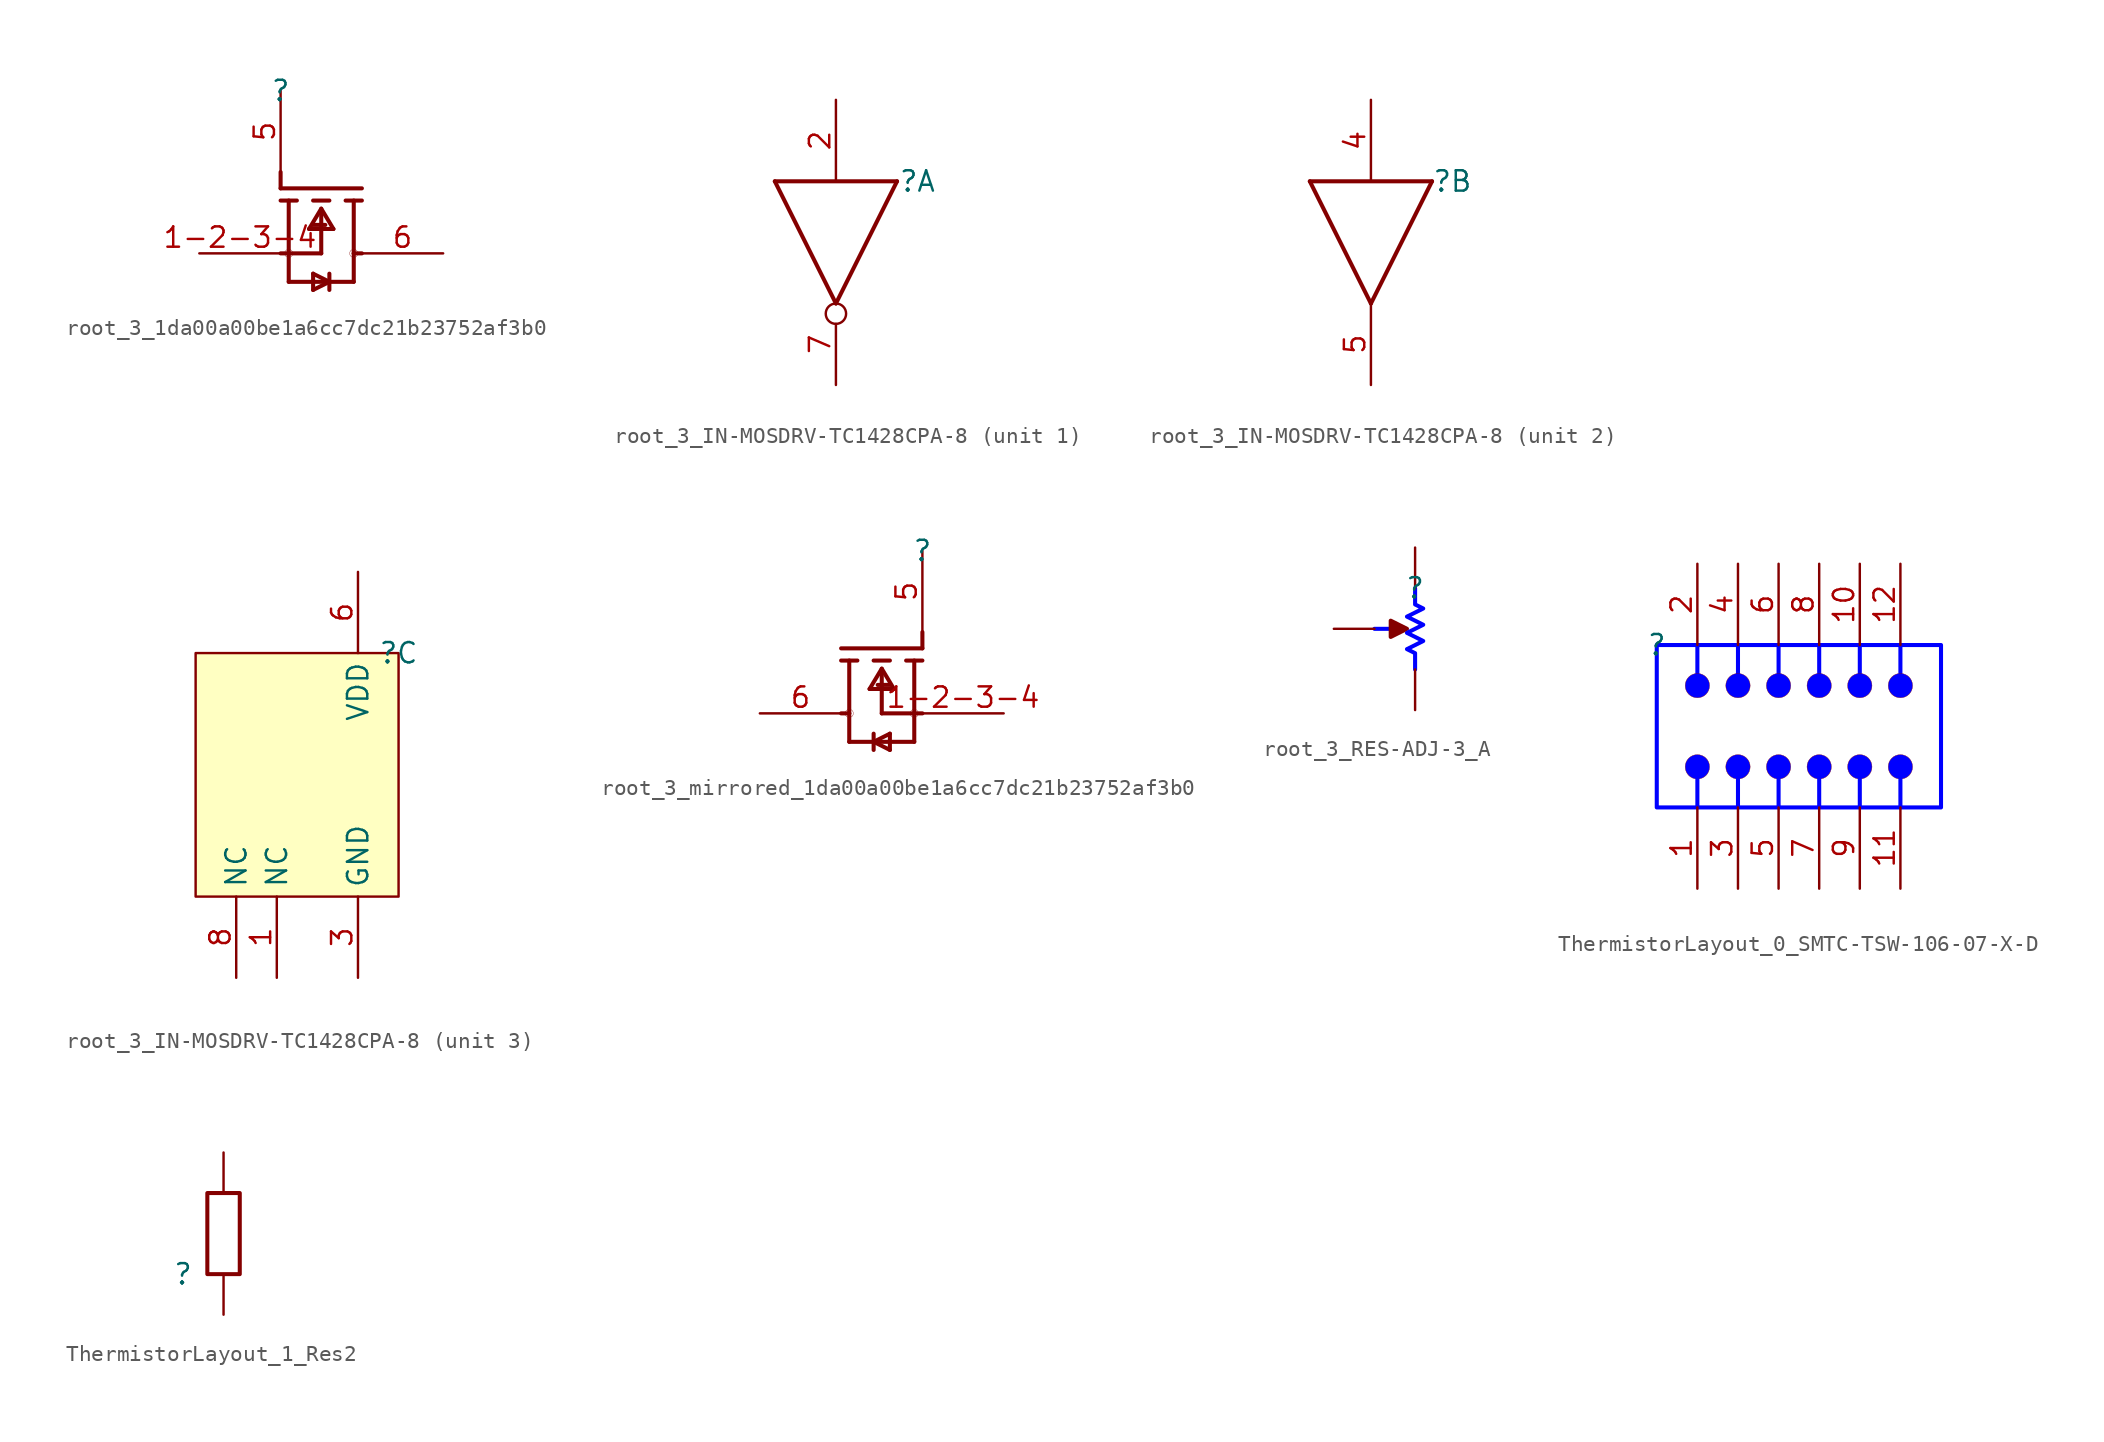
<source format=kicad_sym>
(kicad_symbol_lib
  (version 20220914)
  (generator kicad_symbol_editor)
  (symbol "root_3_1da00a00be1a6cc7dc21b23752af3b0"
    (property "Reference" ""
      (at 0 0 0)
      (effects (font (size 1.27 1.27))))
    (property "Value" ""
      (at 0 0 0)
      (effects (font (size 1.27 1.27))))
    (symbol "root_3_1da00a00be1a6cc7dc21b23752af3b0_1_0"
      (polyline (pts (xy 0 -6.096) (xy 0 -5.08)) (stroke (width 0.254) (type solid)) (fill (type none)))
      (polyline (pts (xy 0 -6.096) (xy 5.08 -6.096)) (stroke (width 0.254) (type solid)) (fill (type none)))
      (polyline (pts (xy 0.508 -11.938) (xy 4.572 -11.938)) (stroke (width 0.254) (type solid)) (fill (type none)))
      (polyline (pts (xy 0.508 -10.16) (xy 0.508 -11.938)) (stroke (width 0.254) (type solid)) (fill (type none)))
      (polyline (pts (xy 0.508 -6.858) (xy 0.508 -10.16)) (stroke (width 0.254) (type solid)) (fill (type none)))
      (polyline (pts (xy 1.016 -6.858) (xy 0 -6.858)) (stroke (width 0.254) (type solid)) (fill (type none)))
      (polyline (pts (xy 2.032 -12.446) (xy 3.048 -11.938)) (stroke (width 0.254) (type solid)) (fill (type none)))
      (polyline (pts (xy 2.032 -11.43) (xy 2.032 -12.446)) (stroke (width 0.254) (type solid)) (fill (type none)))
      (polyline (pts (xy 2.54 -10.16) (xy 0 -10.16)) (stroke (width 0.254) (type solid)) (fill (type none)))
      (polyline (pts (xy 2.54 -7.62) (xy 2.54 -10.16)) (stroke (width 0.254) (type solid)) (fill (type none)))
      (polyline (pts (xy 2.54 -7.366) (xy 1.778 -8.636)) (stroke (width 0.254) (type solid)) (fill (type none)))
      (polyline (pts (xy 2.54 -7.366) (xy 3.302 -8.636)) (stroke (width 0.254) (type solid)) (fill (type none)))
      (polyline (pts (xy 2.794 -8.382) (xy 2.032 -8.382)) (stroke (width 0.254) (type solid)) (fill (type none)))
      (polyline (pts (xy 3.048 -11.938) (xy 2.032 -11.43)) (stroke (width 0.254) (type solid)) (fill (type none)))
      (polyline (pts (xy 3.048 -11.938) (xy 3.048 -12.446)) (stroke (width 0.254) (type solid)) (fill (type none)))
      (polyline (pts (xy 3.048 -11.938) (xy 3.048 -11.43)) (stroke (width 0.254) (type solid)) (fill (type none)))
      (polyline (pts (xy 3.048 -6.858) (xy 2.032 -6.858)) (stroke (width 0.254) (type solid)) (fill (type none)))
      (polyline (pts (xy 3.302 -8.636) (xy 1.778 -8.636)) (stroke (width 0.254) (type solid)) (fill (type none)))
      (polyline (pts (xy 4.064 -6.858) (xy 5.08 -6.858)) (stroke (width 0.254) (type solid)) (fill (type none)))
      (polyline (pts (xy 4.572 -11.938) (xy 4.572 -10.16)) (stroke (width 0.254) (type solid)) (fill (type none)))
      (polyline (pts (xy 4.572 -10.16) (xy 5.08 -10.16)) (stroke (width 0.254) (type solid)) (fill (type none)))
      (polyline (pts (xy 4.572 -6.858) (xy 4.572 -10.16)) (stroke (width 0.254) (type solid)) (fill (type none)))
      (circle (center 0.508 -10.16) (radius 0.254) (stroke (width 0.0001) (type solid)) (fill (type none)))
      (circle (center 4.572 -10.16) (radius 0.254) (stroke (width 0.0001) (type solid)) (fill (type none)))
      (pin passive line (at -5.08 -10.16 0) (length 5.08) (name "S" (effects (font (size 0 0)))) (number "1-2-3-4" (effects (font (size 1.27 1.27)))))
      (pin passive line (at 0 0 270) (length 5.08) (name "G" (effects (font (size 0 0)))) (number "5" (effects (font (size 1.27 1.27)))))
      (pin passive line (at 10.16 -10.16 180) (length 5.08) (name "D" (effects (font (size 0 0)))) (number "6" (effects (font (size 1.27 1.27)))))))
  (symbol "root_3_IN-MOSDRV-TC1428CPA-8"
    (property "Reference" ""
      (at 0 0 0)
      (effects (font (size 1.27 1.27))))
    (property "Value" ""
      (at 0 0 0)
      (effects (font (size 1.27 1.27))))
    (symbol "root_3_IN-MOSDRV-TC1428CPA-8_1_0"
      (polyline (pts (xy -8.89 0) (xy -5.08 -7.62)) (stroke (width 0.254) (type solid)) (fill (type none)))
      (polyline (pts (xy -8.89 0) (xy -1.27 0)) (stroke (width 0.254) (type solid)) (fill (type none)))
      (polyline (pts (xy -1.27 0) (xy -5.08 -7.62)) (stroke (width 0.254) (type solid)) (fill (type none)))
      (pin input line (at -5.08 5.08 270) (length 5.08) (name "INA" (effects (font (size 0 0)))) (number "2" (effects (font (size 1.27 1.27)))))
      (pin output inverted (at -5.08 -12.7 90) (length 5.08) (name "~{OUTA}" (effects (font (size 0 0)))) (number "7" (effects (font (size 1.27 1.27))))))
    (symbol "root_3_IN-MOSDRV-TC1428CPA-8_2_0"
      (polyline (pts (xy -8.89 0) (xy -5.08 -7.62)) (stroke (width 0.254) (type solid)) (fill (type none)))
      (polyline (pts (xy -8.89 0) (xy -1.27 0)) (stroke (width 0.254) (type solid)) (fill (type none)))
      (polyline (pts (xy -1.27 0) (xy -5.08 -7.62)) (stroke (width 0.254) (type solid)) (fill (type none)))
      (pin input line (at -5.08 5.08 270) (length 5.08) (name "INB" (effects (font (size 0 0)))) (number "4" (effects (font (size 1.27 1.27)))))
      (pin output line (at -5.08 -12.7 90) (length 5.08) (name "OUTB" (effects (font (size 0 0)))) (number "5" (effects (font (size 1.27 1.27))))))
    (symbol "root_3_IN-MOSDRV-TC1428CPA-8_3_0"
      (rectangle (start 0 0) (end -12.7 -15.24) (stroke (width 0) (type solid)) (fill (type background)))
      (pin passive line (at -7.62 -20.32 90) (length 5.08) (name "NC" (effects (font (size 1.27 1.27)))) (number "1" (effects (font (size 1.27 1.27)))))
      (pin power_in line (at -2.54 -20.32 90) (length 5.08) (name "GND" (effects (font (size 1.27 1.27)))) (number "3" (effects (font (size 1.27 1.27)))))
      (pin power_in line (at -2.54 5.08 270) (length 5.08) (name "VDD" (effects (font (size 1.27 1.27)))) (number "6" (effects (font (size 1.27 1.27)))))
      (pin passive line (at -10.16 -20.32 90) (length 5.08) (name "NC" (effects (font (size 1.27 1.27)))) (number "8" (effects (font (size 1.27 1.27)))))))
  (symbol "root_3_mirrored_1da00a00be1a6cc7dc21b23752af3b0"
    (property "Reference" ""
      (at 0 0 0)
      (effects (font (size 1.27 1.27))))
    (property "Value" ""
      (at 0 0 0)
      (effects (font (size 1.27 1.27))))
    (symbol "root_3_mirrored_1da00a00be1a6cc7dc21b23752af3b0_1_0"
      (circle (center -4.572 -10.16) (radius 0.254) (stroke (width 0.0001) (type solid)) (fill (type none)))
      (circle (center -0.508 -10.16) (radius 0.254) (stroke (width 0.0001) (type solid)) (fill (type none)))
      (polyline (pts (xy -4.572 -11.938) (xy -4.572 -10.16)) (stroke (width 0.254) (type solid)) (fill (type none)))
      (polyline (pts (xy -4.572 -10.16) (xy -5.08 -10.16)) (stroke (width 0.254) (type solid)) (fill (type none)))
      (polyline (pts (xy -4.572 -6.858) (xy -4.572 -10.16)) (stroke (width 0.254) (type solid)) (fill (type none)))
      (polyline (pts (xy -4.064 -6.858) (xy -5.08 -6.858)) (stroke (width 0.254) (type solid)) (fill (type none)))
      (polyline (pts (xy -3.302 -8.636) (xy -1.778 -8.636)) (stroke (width 0.254) (type solid)) (fill (type none)))
      (polyline (pts (xy -3.048 -11.938) (xy -3.048 -12.446)) (stroke (width 0.254) (type solid)) (fill (type none)))
      (polyline (pts (xy -3.048 -11.938) (xy -3.048 -11.43)) (stroke (width 0.254) (type solid)) (fill (type none)))
      (polyline (pts (xy -3.048 -11.938) (xy -2.032 -11.43)) (stroke (width 0.254) (type solid)) (fill (type none)))
      (polyline (pts (xy -3.048 -6.858) (xy -2.032 -6.858)) (stroke (width 0.254) (type solid)) (fill (type none)))
      (polyline (pts (xy -2.794 -8.382) (xy -2.032 -8.382)) (stroke (width 0.254) (type solid)) (fill (type none)))
      (polyline (pts (xy -2.54 -10.16) (xy 0 -10.16)) (stroke (width 0.254) (type solid)) (fill (type none)))
      (polyline (pts (xy -2.54 -7.62) (xy -2.54 -10.16)) (stroke (width 0.254) (type solid)) (fill (type none)))
      (polyline (pts (xy -2.54 -7.366) (xy -3.302 -8.636)) (stroke (width 0.254) (type solid)) (fill (type none)))
      (polyline (pts (xy -2.54 -7.366) (xy -1.778 -8.636)) (stroke (width 0.254) (type solid)) (fill (type none)))
      (polyline (pts (xy -2.032 -12.446) (xy -3.048 -11.938)) (stroke (width 0.254) (type solid)) (fill (type none)))
      (polyline (pts (xy -2.032 -11.43) (xy -2.032 -12.446)) (stroke (width 0.254) (type solid)) (fill (type none)))
      (polyline (pts (xy -1.016 -6.858) (xy 0 -6.858)) (stroke (width 0.254) (type solid)) (fill (type none)))
      (polyline (pts (xy -0.508 -11.938) (xy -4.572 -11.938)) (stroke (width 0.254) (type solid)) (fill (type none)))
      (polyline (pts (xy -0.508 -10.16) (xy -0.508 -11.938)) (stroke (width 0.254) (type solid)) (fill (type none)))
      (polyline (pts (xy -0.508 -6.858) (xy -0.508 -10.16)) (stroke (width 0.254) (type solid)) (fill (type none)))
      (polyline (pts (xy 0 -6.096) (xy -5.08 -6.096)) (stroke (width 0.254) (type solid)) (fill (type none)))
      (polyline (pts (xy 0 -6.096) (xy 0 -5.08)) (stroke (width 0.254) (type solid)) (fill (type none)))
      (pin passive line (at 5.08 -10.16 180) (length 5.08) (name "S" (effects (font (size 0 0)))) (number "1-2-3-4" (effects (font (size 1.27 1.27)))))
      (pin passive line (at 0 0 270) (length 5.08) (name "G" (effects (font (size 0 0)))) (number "5" (effects (font (size 1.27 1.27)))))
      (pin passive line (at -10.16 -10.16 0) (length 5.08) (name "D" (effects (font (size 0 0)))) (number "6" (effects (font (size 1.27 1.27)))))))
  (symbol "root_3_RES-ADJ-3_A"
    (property "Reference" ""
      (at 0 0 0)
      (effects (font (size 1.27 1.27))))
    (property "Value" ""
      (at 0 0 0)
      (effects (font (size 1.27 1.27))))
    (symbol "root_3_RES-ADJ-3_A_1_0"
      (polyline (pts (xy -2.54 -2.54) (xy -1.524 -2.54)) (stroke (width 0.254) (type solid) (color 0 0 255 1)) (fill (type none)))
      (polyline (pts (xy -1.524 -2.032) (xy -0.508 -2.54) (xy -1.524 -3.048) (xy -1.524 -2.032)) (stroke (width 0.254) (type solid)) (fill (type outline)))
      (polyline (pts (xy 0 -5.08) (xy 0 -4.064) (xy -0.508 -3.81) (xy 0.508 -3.302) (xy -0.508 -2.794) (xy 0.508 -2.286) (xy -0.508 -1.778) (xy 0.508 -1.27) (xy 0 -1.016) (xy 0 0)) (stroke (width 0.254) (type solid) (color 0 0 255 1)) (fill (type none)))
      (pin passive line (at 0 2.54 270) (length 2.54) (name "1" (effects (font (size 0 0)))) (number "1" (effects (font (size 0 0)))))
      (pin passive line (at -5.08 -2.54 0) (length 2.54) (name "2" (effects (font (size 0 0)))) (number "2" (effects (font (size 0 0)))))
      (pin passive line (at 0 -7.62 90) (length 2.54) (name "3" (effects (font (size 0 0)))) (number "3" (effects (font (size 0 0)))))))
  (symbol "ThermistorLayout_0_SMTC-TSW-106-07-X-D"
    (property "Reference" ""
      (at 0 0 0)
      (effects (font (size 1.27 1.27))))
    (property "Value" ""
      (at 0 0 0)
      (effects (font (size 1.27 1.27))))
    (symbol "ThermistorLayout_0_SMTC-TSW-106-07-X-D_1_0"
      (polyline (pts (xy 2.54 -10.16) (xy 2.54 -8.382)) (stroke (width 0.254) (type solid) (color 0 0 255 1)) (fill (type none)))
      (polyline (pts (xy 2.54 0) (xy 2.54 -1.778)) (stroke (width 0.254) (type solid) (color 0 0 255 1)) (fill (type none)))
      (polyline (pts (xy 5.08 -10.16) (xy 5.08 -8.382)) (stroke (width 0.254) (type solid) (color 0 0 255 1)) (fill (type none)))
      (polyline (pts (xy 5.08 0) (xy 5.08 -1.778)) (stroke (width 0.254) (type solid) (color 0 0 255 1)) (fill (type none)))
      (polyline (pts (xy 7.62 -10.16) (xy 7.62 -8.382)) (stroke (width 0.254) (type solid) (color 0 0 255 1)) (fill (type none)))
      (polyline (pts (xy 7.62 0) (xy 7.62 -1.778)) (stroke (width 0.254) (type solid) (color 0 0 255 1)) (fill (type none)))
      (polyline (pts (xy 10.16 -10.16) (xy 10.16 -8.382)) (stroke (width 0.254) (type solid) (color 0 0 255 1)) (fill (type none)))
      (polyline (pts (xy 10.16 0) (xy 10.16 -1.778)) (stroke (width 0.254) (type solid) (color 0 0 255 1)) (fill (type none)))
      (polyline (pts (xy 12.7 -10.16) (xy 12.7 -8.382)) (stroke (width 0.254) (type solid) (color 0 0 255 1)) (fill (type none)))
      (polyline (pts (xy 12.7 0) (xy 12.7 -1.778)) (stroke (width 0.254) (type solid) (color 0 0 255 1)) (fill (type none)))
      (polyline (pts (xy 15.24 -10.16) (xy 15.24 -8.382)) (stroke (width 0.254) (type solid) (color 0 0 255 1)) (fill (type none)))
      (polyline (pts (xy 15.24 0) (xy 15.24 -1.778)) (stroke (width 0.254) (type solid) (color 0 0 255 1)) (fill (type none)))
      (polyline (pts (xy 0 -10.16) (xy 0 0) (xy 17.78 0) (xy 17.78 -10.16) (xy 0 -10.16)) (stroke (width 0.254) (type solid) (color 0 0 255 1)) (fill (type none)))
      (circle (center 2.54 -7.62) (radius 0.762) (stroke (width 0.0001) (type solid)) (fill (type color) (color 0 0 255 1)))
      (circle (center 2.54 -2.54) (radius 0.762) (stroke (width 0.0001) (type solid)) (fill (type color) (color 0 0 255 1)))
      (circle (center 5.08 -7.62) (radius 0.762) (stroke (width 0.0001) (type solid)) (fill (type color) (color 0 0 255 1)))
      (circle (center 5.08 -2.54) (radius 0.762) (stroke (width 0.0001) (type solid)) (fill (type color) (color 0 0 255 1)))
      (circle (center 7.62 -7.62) (radius 0.762) (stroke (width 0.0001) (type solid)) (fill (type color) (color 0 0 255 1)))
      (circle (center 7.62 -2.54) (radius 0.762) (stroke (width 0.0001) (type solid)) (fill (type color) (color 0 0 255 1)))
      (circle (center 10.16 -7.62) (radius 0.762) (stroke (width 0.0001) (type solid)) (fill (type color) (color 0 0 255 1)))
      (circle (center 10.16 -2.54) (radius 0.762) (stroke (width 0.0001) (type solid)) (fill (type color) (color 0 0 255 1)))
      (circle (center 12.7 -7.62) (radius 0.762) (stroke (width 0.0001) (type solid)) (fill (type color) (color 0 0 255 1)))
      (circle (center 12.7 -2.54) (radius 0.762) (stroke (width 0.0001) (type solid)) (fill (type color) (color 0 0 255 1)))
      (circle (center 15.24 -7.62) (radius 0.762) (stroke (width 0.0001) (type solid)) (fill (type color) (color 0 0 255 1)))
      (circle (center 15.24 -2.54) (radius 0.762) (stroke (width 0.0001) (type solid)) (fill (type color) (color 0 0 255 1)))
      (pin passive line (at 2.54 -15.24 90) (length 5.08) (name "1" (effects (font (size 0 0)))) (number "1" (effects (font (size 1.27 1.27)))))
      (pin passive line (at 12.7 5.08 270) (length 5.08) (name "10" (effects (font (size 0 0)))) (number "10" (effects (font (size 1.27 1.27)))))
      (pin passive line (at 15.24 -15.24 90) (length 5.08) (name "11" (effects (font (size 0 0)))) (number "11" (effects (font (size 1.27 1.27)))))
      (pin passive line (at 15.24 5.08 270) (length 5.08) (name "12" (effects (font (size 0 0)))) (number "12" (effects (font (size 1.27 1.27)))))
      (pin passive line (at 2.54 5.08 270) (length 5.08) (name "2" (effects (font (size 0 0)))) (number "2" (effects (font (size 1.27 1.27)))))
      (pin passive line (at 5.08 -15.24 90) (length 5.08) (name "3" (effects (font (size 0 0)))) (number "3" (effects (font (size 1.27 1.27)))))
      (pin passive line (at 5.08 5.08 270) (length 5.08) (name "4" (effects (font (size 0 0)))) (number "4" (effects (font (size 1.27 1.27)))))
      (pin passive line (at 7.62 -15.24 90) (length 5.08) (name "5" (effects (font (size 0 0)))) (number "5" (effects (font (size 1.27 1.27)))))
      (pin passive line (at 7.62 5.08 270) (length 5.08) (name "6" (effects (font (size 0 0)))) (number "6" (effects (font (size 1.27 1.27)))))
      (pin passive line (at 10.16 -15.24 90) (length 5.08) (name "7" (effects (font (size 0 0)))) (number "7" (effects (font (size 1.27 1.27)))))
      (pin passive line (at 10.16 5.08 270) (length 5.08) (name "8" (effects (font (size 0 0)))) (number "8" (effects (font (size 1.27 1.27)))))
      (pin passive line (at 12.7 -15.24 90) (length 5.08) (name "9" (effects (font (size 0 0)))) (number "9" (effects (font (size 1.27 1.27)))))))
  (symbol "ThermistorLayout_1_Res2"
    (property "Reference" ""
      (at 0 0 0)
      (effects (font (size 1.27 1.27))))
    (property "Value" ""
      (at 0 0 0)
      (effects (font (size 1.27 1.27))))
    (symbol "ThermistorLayout_1_Res2_1_0"
      (rectangle (start 3.556 5.08) (end 1.524 0) (stroke (width 0.254) (type solid)) (fill (type none)))
      (pin passive line (at 2.54 -2.54 90) (length 2.54) (name "1" (effects (font (size 0 0)))) (number "1" (effects (font (size 0 0)))))
      (pin passive line (at 2.54 7.62 270) (length 2.54) (name "2" (effects (font (size 0 0)))) (number "2" (effects (font (size 0 0))))))))
</source>
